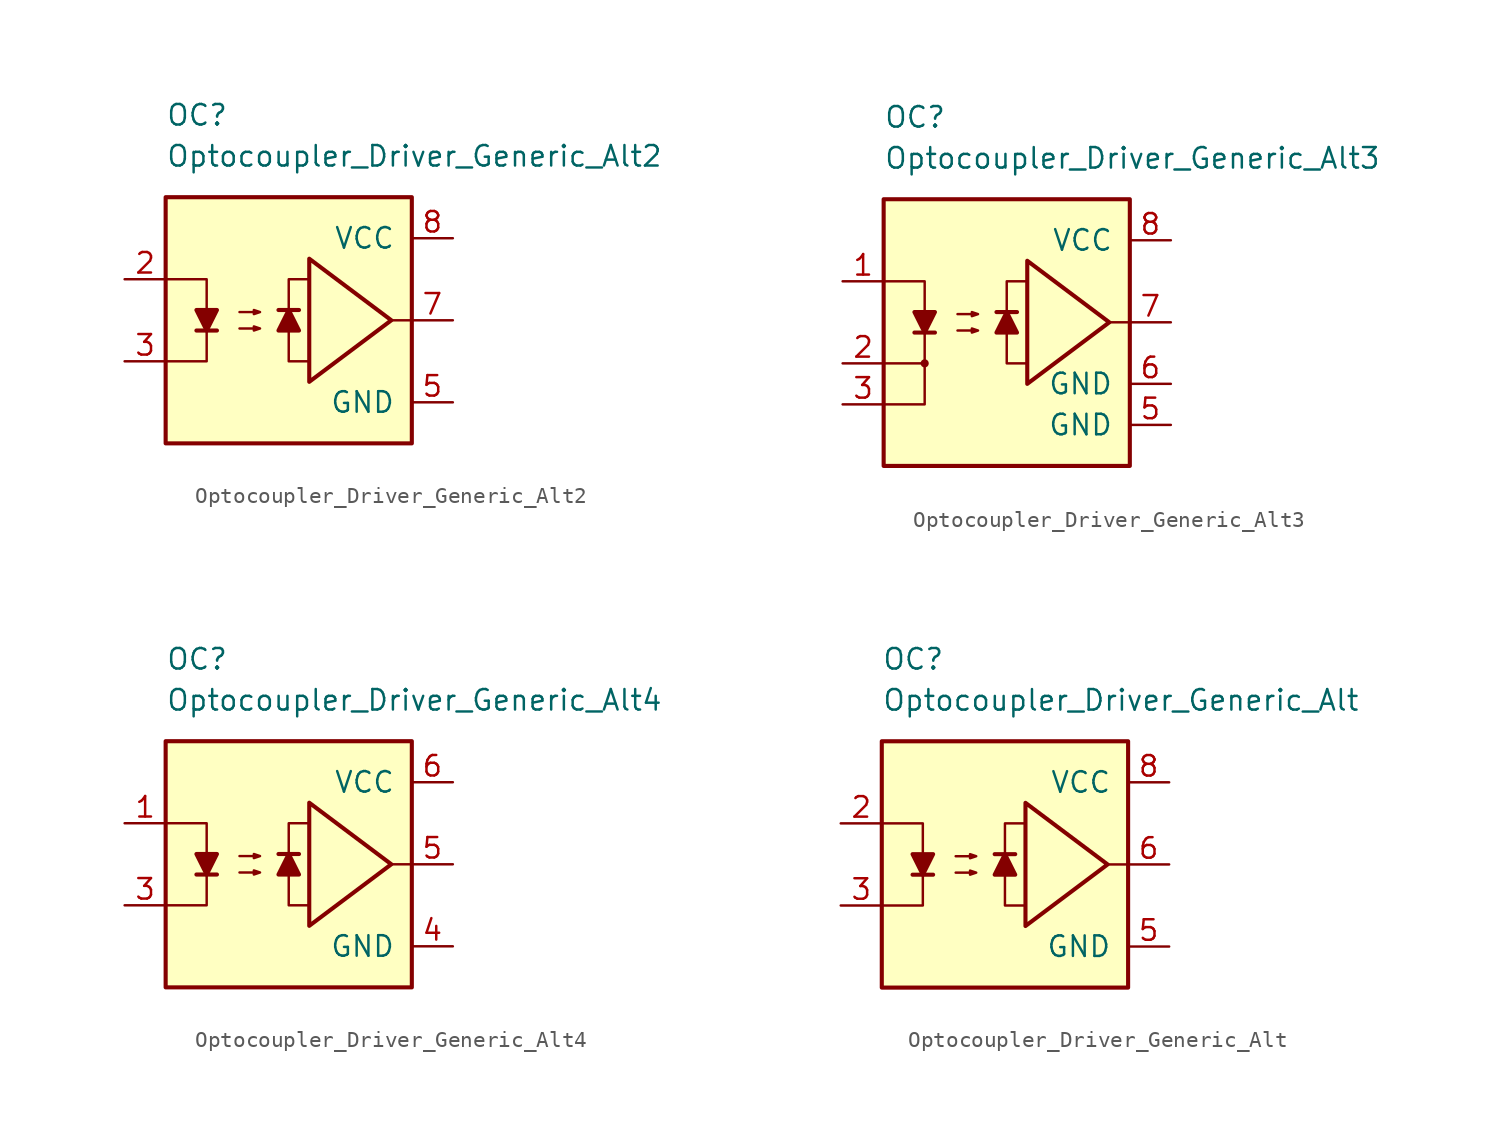
<source format=kicad_sym>
(kicad_symbol_lib
  (version 20211014)
  (generator kicad_symbol_editor)
  (symbol "Optocoupler_Driver_Generic_Alt2"
    (pin_names
      (offset 1.016))
    (property "Reference" "OC"
      (at -7.62 12.7 0)
      (effects (font (size 1.27 1.27)) (justify left)))
    (property "Value" "Optocoupler_Driver_Generic_Alt2"
      (at -7.62 10.16 0)
      (effects (font (size 1.27 1.27)) (justify left)))
    (symbol "Optocoupler_Driver_Generic_Alt2_0_0"
      (rectangle (start -7.62 7.62) (end 7.62 -7.62) (stroke (width 0.254) (type default) (color 0 0 0 0)) (fill (type background)))
      (polyline (pts (xy 7.62 0) (xy 6.35 0)) (stroke (width 0) (type default) (color 0 0 0 0)) (fill (type none)))
      (polyline (pts (xy 1.27 -2.54) (xy 0 -2.54) (xy 0 2.54) (xy 1.27 2.54)) (stroke (width 0) (type default) (color 0 0 0 0)) (fill (type none)))
      (polyline (pts (xy 6.35 0) (xy 1.27 3.81) (xy 1.27 -3.81) (xy 6.35 0)) (stroke (width 0.254) (type default) (color 0 0 0 0)) (fill (type none))))
    (symbol "Optocoupler_Driver_Generic_Alt2_0_1"
      (polyline (pts (xy -5.715 -0.635) (xy -4.445 -0.635)) (stroke (width 0.254) (type default) (color 0 0 0 0)) (fill (type none)))
      (polyline (pts (xy -7.62 2.54) (xy -5.08 2.54) (xy -5.08 -0.635)) (stroke (width 0) (type default) (color 0 0 0 0)) (fill (type none)))
      (polyline (pts (xy -5.08 -0.635) (xy -5.08 -2.54) (xy -7.62 -2.54)) (stroke (width 0) (type default) (color 0 0 0 0)) (fill (type none)))
      (polyline (pts (xy -5.08 -0.635) (xy -5.715 0.635) (xy -4.445 0.635) (xy -5.08 -0.635)) (stroke (width 0.254) (type default) (color 0 0 0 0)) (fill (type outline)))
      (polyline (pts (xy -3.048 -0.508) (xy -1.778 -0.508) (xy -2.159 -0.635) (xy -2.159 -0.381) (xy -1.778 -0.508)) (stroke (width 0) (type default) (color 0 0 0 0)) (fill (type none)))
      (polyline (pts (xy -3.048 0.508) (xy -1.778 0.508) (xy -2.159 0.381) (xy -2.159 0.635) (xy -1.778 0.508)) (stroke (width 0) (type default) (color 0 0 0 0)) (fill (type none))))
    (symbol "Optocoupler_Driver_Generic_Alt2_1_1"
      (polyline (pts (xy 0.635 0.635) (xy -0.635 0.635)) (stroke (width 0.254) (type default) (color 0 0 0 0)) (fill (type none)))
      (polyline (pts (xy 0 0.635) (xy 0.635 -0.635) (xy -0.635 -0.635) (xy 0 0.635)) (stroke (width 0.254) (type default) (color 0 0 0 0)) (fill (type outline)))
      (pin no_connect line (at -1.27 2.54 0) (length 2.54) hide (name "NC" (effects (font (size 1.27 1.27)))) (number "1" (effects (font (size 1.27 1.27)))))
      (pin passive line (at -10.16 2.54 0) (length 2.54) (name "~" (effects (font (size 1.27 1.27)))) (number "2" (effects (font (size 1.27 1.27)))))
      (pin passive line (at -10.16 -2.54 0) (length 2.54) (name "~" (effects (font (size 1.27 1.27)))) (number "3" (effects (font (size 1.27 1.27)))))
      (pin no_connect line (at -1.27 0 0) (length 2.54) hide (name "NC" (effects (font (size 1.27 1.27)))) (number "4" (effects (font (size 1.27 1.27)))))
      (pin power_in line (at 10.16 -5.08 180) (length 2.54) (name "GND" (effects (font (size 1.27 1.27)))) (number "5" (effects (font (size 1.27 1.27)))))
      (pin no_connect line (at -1.27 -2.54 0) (length 2.54) hide (name "NC" (effects (font (size 1.27 1.27)))) (number "6" (effects (font (size 1.27 1.27)))))
      (pin output line (at 10.16 0 180) (length 2.54) (name "~" (effects (font (size 1.27 1.27)))) (number "7" (effects (font (size 1.27 1.27)))))
      (pin power_in line (at 10.16 5.08 180) (length 2.54) (name "VCC" (effects (font (size 1.27 1.27)))) (number "8" (effects (font (size 1.27 1.27)))))))
  (symbol "Optocoupler_Driver_Generic_Alt3"
    (pin_names
      (offset 1.016))
    (property "Reference" "OC"
      (at -7.62 12.7 0)
      (effects (font (size 1.27 1.27)) (justify left)))
    (property "Value" "Optocoupler_Driver_Generic_Alt3"
      (at -7.62 10.16 0)
      (effects (font (size 1.27 1.27)) (justify left)))
    (symbol "Optocoupler_Driver_Generic_Alt3_0_0"
      (rectangle (start -7.62 7.62) (end 7.62 -8.89) (stroke (width 0.254) (type default) (color 0 0 0 0)) (fill (type background)))
      (circle (center -5.08 -2.54) (radius 0.178) (stroke (width 0) (type default) (color 0 0 0 0)) (fill (type outline)))
      (polyline (pts (xy 7.62 0) (xy 6.35 0)) (stroke (width 0) (type default) (color 0 0 0 0)) (fill (type none)))
      (polyline (pts (xy -7.62 -5.08) (xy -5.08 -5.08) (xy -5.08 -2.54)) (stroke (width 0) (type default) (color 0 0 0 0)) (fill (type none)))
      (polyline (pts (xy 1.27 -2.54) (xy 0 -2.54) (xy 0 2.54) (xy 1.27 2.54)) (stroke (width 0) (type default) (color 0 0 0 0)) (fill (type none)))
      (polyline (pts (xy 6.35 0) (xy 1.27 3.81) (xy 1.27 -3.81) (xy 6.35 0)) (stroke (width 0.254) (type default) (color 0 0 0 0)) (fill (type none))))
    (symbol "Optocoupler_Driver_Generic_Alt3_0_1"
      (polyline (pts (xy -5.715 -0.635) (xy -4.445 -0.635)) (stroke (width 0.254) (type default) (color 0 0 0 0)) (fill (type none)))
      (polyline (pts (xy -7.62 2.54) (xy -5.08 2.54) (xy -5.08 -0.635)) (stroke (width 0) (type default) (color 0 0 0 0)) (fill (type none)))
      (polyline (pts (xy -5.08 -0.635) (xy -5.08 -2.54) (xy -7.62 -2.54)) (stroke (width 0) (type default) (color 0 0 0 0)) (fill (type none)))
      (polyline (pts (xy -5.08 -0.635) (xy -5.715 0.635) (xy -4.445 0.635) (xy -5.08 -0.635)) (stroke (width 0.254) (type default) (color 0 0 0 0)) (fill (type outline)))
      (polyline (pts (xy -3.048 -0.508) (xy -1.778 -0.508) (xy -2.159 -0.635) (xy -2.159 -0.381) (xy -1.778 -0.508)) (stroke (width 0) (type default) (color 0 0 0 0)) (fill (type none)))
      (polyline (pts (xy -3.048 0.508) (xy -1.778 0.508) (xy -2.159 0.381) (xy -2.159 0.635) (xy -1.778 0.508)) (stroke (width 0) (type default) (color 0 0 0 0)) (fill (type none))))
    (symbol "Optocoupler_Driver_Generic_Alt3_1_1"
      (polyline (pts (xy 0.635 0.635) (xy -0.635 0.635)) (stroke (width 0.254) (type default) (color 0 0 0 0)) (fill (type none)))
      (polyline (pts (xy 0 0.635) (xy 0.635 -0.635) (xy -0.635 -0.635) (xy 0 0.635)) (stroke (width 0.254) (type default) (color 0 0 0 0)) (fill (type outline)))
      (pin passive line (at -10.16 2.54 0) (length 2.54) (name "~" (effects (font (size 1.27 1.27)))) (number "1" (effects (font (size 1.27 1.27)))))
      (pin passive line (at -10.16 -2.54 0) (length 2.54) (name "~" (effects (font (size 1.27 1.27)))) (number "2" (effects (font (size 1.27 1.27)))))
      (pin passive line (at -10.16 -5.08 0) (length 2.54) (name "~" (effects (font (size 1.27 1.27)))) (number "3" (effects (font (size 1.27 1.27)))))
      (pin no_connect line (at 0 0 0) (length 2.54) hide (name "NC" (effects (font (size 1.27 1.27)))) (number "4" (effects (font (size 1.27 1.27)))))
      (pin power_in line (at 10.16 -6.35 180) (length 2.54) (name "GND" (effects (font (size 1.27 1.27)))) (number "5" (effects (font (size 1.27 1.27)))))
      (pin power_in line (at 10.16 -3.81 180) (length 2.54) (name "GND" (effects (font (size 1.27 1.27)))) (number "6" (effects (font (size 1.27 1.27)))))
      (pin output line (at 10.16 0 180) (length 2.54) (name "~" (effects (font (size 1.27 1.27)))) (number "7" (effects (font (size 1.27 1.27)))))
      (pin power_in line (at 10.16 5.08 180) (length 2.54) (name "VCC" (effects (font (size 1.27 1.27)))) (number "8" (effects (font (size 1.27 1.27)))))))
  (symbol "Optocoupler_Driver_Generic_Alt4"
    (pin_names
      (offset 1.016))
    (property "Reference" "OC"
      (at -7.62 12.7 0)
      (effects (font (size 1.27 1.27)) (justify left)))
    (property "Value" "Optocoupler_Driver_Generic_Alt4"
      (at -7.62 10.16 0)
      (effects (font (size 1.27 1.27)) (justify left)))
    (symbol "Optocoupler_Driver_Generic_Alt4_0_0"
      (rectangle (start -7.62 7.62) (end 7.62 -7.62) (stroke (width 0.254) (type default) (color 0 0 0 0)) (fill (type background)))
      (polyline (pts (xy 7.62 0) (xy 6.35 0)) (stroke (width 0) (type default) (color 0 0 0 0)) (fill (type none)))
      (polyline (pts (xy 1.27 -2.54) (xy 0 -2.54) (xy 0 2.54) (xy 1.27 2.54)) (stroke (width 0) (type default) (color 0 0 0 0)) (fill (type none)))
      (polyline (pts (xy 6.35 0) (xy 1.27 3.81) (xy 1.27 -3.81) (xy 6.35 0)) (stroke (width 0.254) (type default) (color 0 0 0 0)) (fill (type none))))
    (symbol "Optocoupler_Driver_Generic_Alt4_0_1"
      (polyline (pts (xy -5.715 -0.635) (xy -4.445 -0.635)) (stroke (width 0.254) (type default) (color 0 0 0 0)) (fill (type none)))
      (polyline (pts (xy -7.62 2.54) (xy -5.08 2.54) (xy -5.08 -0.635)) (stroke (width 0) (type default) (color 0 0 0 0)) (fill (type none)))
      (polyline (pts (xy -5.08 -0.635) (xy -5.08 -2.54) (xy -7.62 -2.54)) (stroke (width 0) (type default) (color 0 0 0 0)) (fill (type none)))
      (polyline (pts (xy -5.08 -0.635) (xy -5.715 0.635) (xy -4.445 0.635) (xy -5.08 -0.635)) (stroke (width 0.254) (type default) (color 0 0 0 0)) (fill (type outline)))
      (polyline (pts (xy -3.048 -0.508) (xy -1.778 -0.508) (xy -2.159 -0.635) (xy -2.159 -0.381) (xy -1.778 -0.508)) (stroke (width 0) (type default) (color 0 0 0 0)) (fill (type none)))
      (polyline (pts (xy -3.048 0.508) (xy -1.778 0.508) (xy -2.159 0.381) (xy -2.159 0.635) (xy -1.778 0.508)) (stroke (width 0) (type default) (color 0 0 0 0)) (fill (type none))))
    (symbol "Optocoupler_Driver_Generic_Alt4_1_1"
      (polyline (pts (xy 0.635 0.635) (xy -0.635 0.635)) (stroke (width 0.254) (type default) (color 0 0 0 0)) (fill (type none)))
      (polyline (pts (xy 0 0.635) (xy 0.635 -0.635) (xy -0.635 -0.635) (xy 0 0.635)) (stroke (width 0.254) (type default) (color 0 0 0 0)) (fill (type outline)))
      (pin passive line (at -10.16 2.54 0) (length 2.54) (name "~" (effects (font (size 1.27 1.27)))) (number "1" (effects (font (size 1.27 1.27)))))
      (pin no_connect line (at 0 0 0) (length 2.54) hide (name "NC" (effects (font (size 1.27 1.27)))) (number "2" (effects (font (size 1.27 1.27)))))
      (pin passive line (at -10.16 -2.54 0) (length 2.54) (name "~" (effects (font (size 1.27 1.27)))) (number "3" (effects (font (size 1.27 1.27)))))
      (pin power_in line (at 10.16 -5.08 180) (length 2.54) (name "GND" (effects (font (size 1.27 1.27)))) (number "4" (effects (font (size 1.27 1.27)))))
      (pin output line (at 10.16 0 180) (length 2.54) (name "~" (effects (font (size 1.27 1.27)))) (number "5" (effects (font (size 1.27 1.27)))))
      (pin power_in line (at 10.16 5.08 180) (length 2.54) (name "VCC" (effects (font (size 1.27 1.27)))) (number "6" (effects (font (size 1.27 1.27)))))))
  (symbol "Optocoupler_Driver_Generic_Alt"
    (pin_names
      (offset 1.016))
    (property "Reference" "OC"
      (at -7.62 12.7 0)
      (effects (font (size 1.27 1.27)) (justify left)))
    (property "Value" "Optocoupler_Driver_Generic_Alt"
      (at -7.62 10.16 0)
      (effects (font (size 1.27 1.27)) (justify left)))
    (symbol "Optocoupler_Driver_Generic_Alt_0_0"
      (rectangle (start -7.62 7.62) (end 7.62 -7.62) (stroke (width 0.254) (type default) (color 0 0 0 0)) (fill (type background)))
      (polyline (pts (xy 7.62 0) (xy 6.35 0)) (stroke (width 0) (type default) (color 0 0 0 0)) (fill (type none)))
      (polyline (pts (xy 1.27 -2.54) (xy 0 -2.54) (xy 0 2.54) (xy 1.27 2.54)) (stroke (width 0) (type default) (color 0 0 0 0)) (fill (type none)))
      (polyline (pts (xy 6.35 0) (xy 1.27 3.81) (xy 1.27 -3.81) (xy 6.35 0)) (stroke (width 0.254) (type default) (color 0 0 0 0)) (fill (type none))))
    (symbol "Optocoupler_Driver_Generic_Alt_0_1"
      (polyline (pts (xy -5.715 -0.635) (xy -4.445 -0.635)) (stroke (width 0.254) (type default) (color 0 0 0 0)) (fill (type none)))
      (polyline (pts (xy -7.62 2.54) (xy -5.08 2.54) (xy -5.08 -0.635)) (stroke (width 0) (type default) (color 0 0 0 0)) (fill (type none)))
      (polyline (pts (xy -5.08 -0.635) (xy -5.08 -2.54) (xy -7.62 -2.54)) (stroke (width 0) (type default) (color 0 0 0 0)) (fill (type none)))
      (polyline (pts (xy -5.08 -0.635) (xy -5.715 0.635) (xy -4.445 0.635) (xy -5.08 -0.635)) (stroke (width 0.254) (type default) (color 0 0 0 0)) (fill (type outline)))
      (polyline (pts (xy -3.048 -0.508) (xy -1.778 -0.508) (xy -2.159 -0.635) (xy -2.159 -0.381) (xy -1.778 -0.508)) (stroke (width 0) (type default) (color 0 0 0 0)) (fill (type none)))
      (polyline (pts (xy -3.048 0.508) (xy -1.778 0.508) (xy -2.159 0.381) (xy -2.159 0.635) (xy -1.778 0.508)) (stroke (width 0) (type default) (color 0 0 0 0)) (fill (type none))))
    (symbol "Optocoupler_Driver_Generic_Alt_1_1"
      (polyline (pts (xy 0.635 0.635) (xy -0.635 0.635)) (stroke (width 0.254) (type default) (color 0 0 0 0)) (fill (type none)))
      (polyline (pts (xy 0 0.635) (xy 0.635 -0.635) (xy -0.635 -0.635) (xy 0 0.635)) (stroke (width 0.254) (type default) (color 0 0 0 0)) (fill (type outline)))
      (pin no_connect line (at -2.54 2.54 0) (length 2.54) hide (name "NC" (effects (font (size 1.27 1.27)))) (number "1" (effects (font (size 1.27 1.27)))))
      (pin passive line (at -10.16 2.54 0) (length 2.54) (name "~" (effects (font (size 1.27 1.27)))) (number "2" (effects (font (size 1.27 1.27)))))
      (pin passive line (at -10.16 -2.54 0) (length 2.54) (name "~" (effects (font (size 1.27 1.27)))) (number "3" (effects (font (size 1.27 1.27)))))
      (pin no_connect line (at -2.54 0 0) (length 2.54) hide (name "NC" (effects (font (size 1.27 1.27)))) (number "4" (effects (font (size 1.27 1.27)))))
      (pin power_in line (at 10.16 -5.08 180) (length 2.54) (name "GND" (effects (font (size 1.27 1.27)))) (number "5" (effects (font (size 1.27 1.27)))))
      (pin output line (at 10.16 0 180) (length 2.54) (name "~" (effects (font (size 1.27 1.27)))) (number "6" (effects (font (size 1.27 1.27)))))
      (pin no_connect line (at -2.54 -2.54 0) (length 2.54) hide (name "NC" (effects (font (size 1.27 1.27)))) (number "7" (effects (font (size 1.27 1.27)))))
      (pin power_in line (at 10.16 5.08 180) (length 2.54) (name "VCC" (effects (font (size 1.27 1.27)))) (number "8" (effects (font (size 1.27 1.27))))))))
</source>
